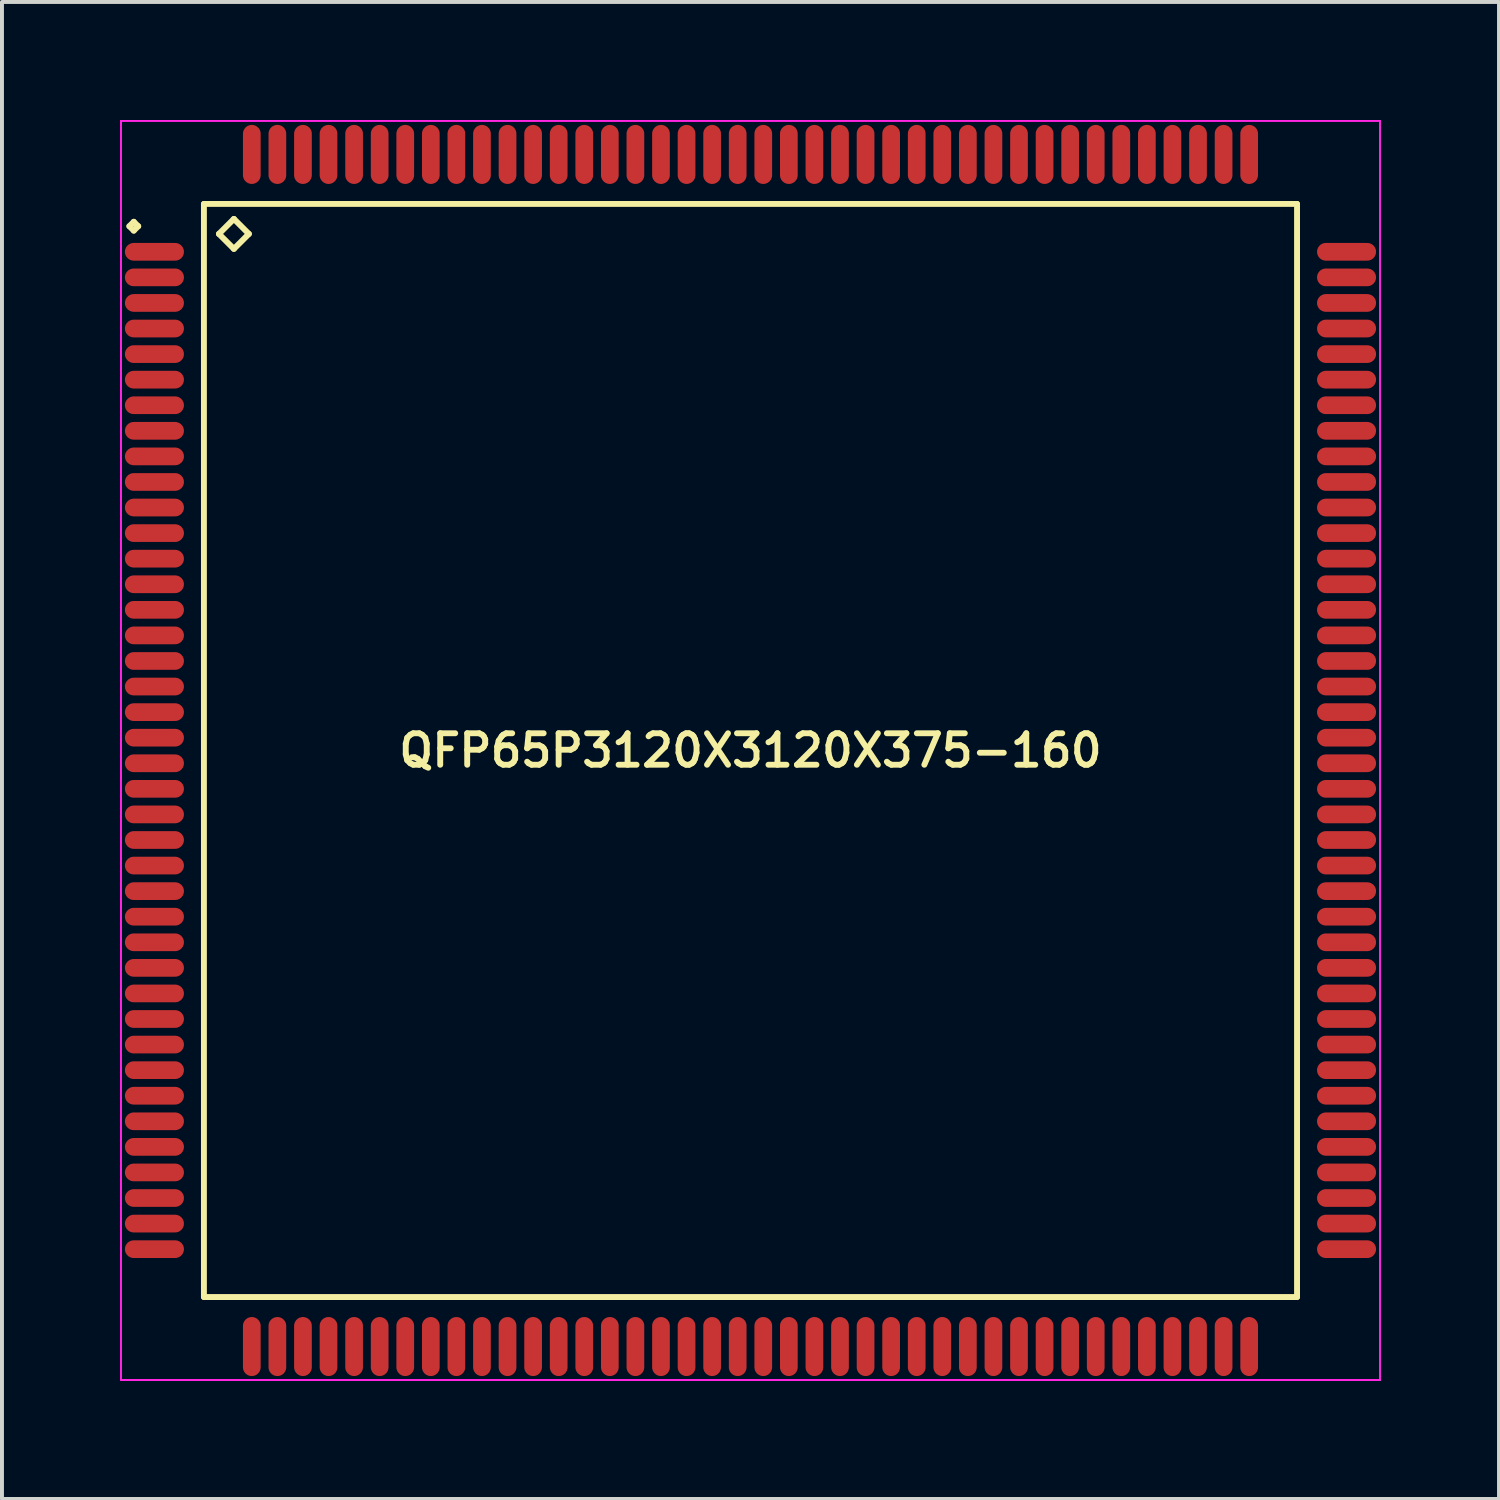
<source format=kicad_pcb>
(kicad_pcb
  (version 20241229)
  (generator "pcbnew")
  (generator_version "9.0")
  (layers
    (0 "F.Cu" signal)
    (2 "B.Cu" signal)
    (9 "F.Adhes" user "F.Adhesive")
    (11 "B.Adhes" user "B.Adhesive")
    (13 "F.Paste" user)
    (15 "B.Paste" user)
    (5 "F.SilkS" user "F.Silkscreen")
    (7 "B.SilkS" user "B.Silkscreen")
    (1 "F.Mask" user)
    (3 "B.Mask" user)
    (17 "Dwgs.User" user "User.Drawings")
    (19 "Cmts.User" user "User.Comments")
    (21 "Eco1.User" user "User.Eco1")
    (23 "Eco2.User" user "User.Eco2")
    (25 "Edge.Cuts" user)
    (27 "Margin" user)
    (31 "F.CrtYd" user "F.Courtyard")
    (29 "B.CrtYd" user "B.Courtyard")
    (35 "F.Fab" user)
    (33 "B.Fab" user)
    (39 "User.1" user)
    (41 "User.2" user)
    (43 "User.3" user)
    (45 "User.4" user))
  (footprint "QFP65P3120X3120X375-160"
    (layer "F.Cu")
    (at 16.025 16.025)
    (property "Reference" "QFP65P3120X3120X375-160" (at 0 0 0) (layer "F.SilkS") (effects (font (size 0.8 0.8) (thickness 0.15))))
    (attr smd)
    (fp_line (start -15.787 -13.325) (end -15.675 -13.438) (stroke (width 0.15) (type solid)) (layer "F.SilkS"))
    (fp_line (start -15.675 -13.438) (end -15.562 -13.325) (stroke (width 0.15) (type solid)) (layer "F.SilkS"))
    (fp_line (start -15.675 -13.213) (end -15.787 -13.325) (stroke (width 0.15) (type solid)) (layer "F.SilkS"))
    (fp_line (start -15.562 -13.325) (end -15.675 -13.213) (stroke (width 0.15) (type solid)) (layer "F.SilkS"))
    (fp_line (start -13.892 -13.892) (end -13.892 13.892) (stroke (width 0.15) (type solid)) (layer "F.SilkS"))
    (fp_line (start -13.892 13.892) (end 13.892 13.892) (stroke (width 0.15) (type solid)) (layer "F.SilkS"))
    (fp_line (start -13.511 -13.13) (end -13.13 -13.511) (stroke (width 0.15) (type solid)) (layer "F.SilkS"))
    (fp_line (start -13.13 -13.511) (end -12.749 -13.13) (stroke (width 0.15) (type solid)) (layer "F.SilkS"))
    (fp_line (start -13.13 -12.749) (end -13.511 -13.13) (stroke (width 0.15) (type solid)) (layer "F.SilkS"))
    (fp_line (start -12.749 -13.13) (end -13.13 -12.749) (stroke (width 0.15) (type solid)) (layer "F.SilkS"))
    (fp_line (start 13.892 -13.892) (end -13.892 -13.892) (stroke (width 0.15) (type solid)) (layer "F.SilkS"))
    (fp_line (start 13.892 13.892) (end 13.892 -13.892) (stroke (width 0.15) (type solid)) (layer "F.SilkS"))
    (fp_line (start -16 -16) (end 16 -16) (stroke (width 0.05) (type solid)) (layer "F.CrtYd"))
    (fp_line (start -16 16) (end -16 -16) (stroke (width 0.05) (type solid)) (layer "F.CrtYd"))
    (fp_line (start 16 -16) (end 16 16) (stroke (width 0.05) (type solid)) (layer "F.CrtYd"))
    (fp_line (start 16 16) (end -16 16) (stroke (width 0.05) (type solid)) (layer "F.CrtYd"))
    (pad "1" smd oval (at -15.15 -12.675) (size 1.5 0.45) (layers "F.Cu" "F.Mask" "F.Paste"))
    (pad "2" smd oval (at -15.15 -12.025) (size 1.5 0.45) (layers "F.Cu" "F.Mask" "F.Paste"))
    (pad "3" smd oval (at -15.15 -11.375) (size 1.5 0.45) (layers "F.Cu" "F.Mask" "F.Paste"))
    (pad "4" smd oval (at -15.15 -10.725) (size 1.5 0.45) (layers "F.Cu" "F.Mask" "F.Paste"))
    (pad "5" smd oval (at -15.15 -10.075) (size 1.5 0.45) (layers "F.Cu" "F.Mask" "F.Paste"))
    (pad "6" smd oval (at -15.15 -9.425) (size 1.5 0.45) (layers "F.Cu" "F.Mask" "F.Paste"))
    (pad "7" smd oval (at -15.15 -8.775) (size 1.5 0.45) (layers "F.Cu" "F.Mask" "F.Paste"))
    (pad "8" smd oval (at -15.15 -8.125) (size 1.5 0.45) (layers "F.Cu" "F.Mask" "F.Paste"))
    (pad "9" smd oval (at -15.15 -7.475) (size 1.5 0.45) (layers "F.Cu" "F.Mask" "F.Paste"))
    (pad "10" smd oval (at -15.15 -6.825) (size 1.5 0.45) (layers "F.Cu" "F.Mask" "F.Paste"))
    (pad "11" smd oval (at -15.15 -6.175) (size 1.5 0.45) (layers "F.Cu" "F.Mask" "F.Paste"))
    (pad "12" smd oval (at -15.15 -5.525) (size 1.5 0.45) (layers "F.Cu" "F.Mask" "F.Paste"))
    (pad "13" smd oval (at -15.15 -4.875) (size 1.5 0.45) (layers "F.Cu" "F.Mask" "F.Paste"))
    (pad "14" smd oval (at -15.15 -4.225) (size 1.5 0.45) (layers "F.Cu" "F.Mask" "F.Paste"))
    (pad "15" smd oval (at -15.15 -3.575) (size 1.5 0.45) (layers "F.Cu" "F.Mask" "F.Paste"))
    (pad "16" smd oval (at -15.15 -2.925) (size 1.5 0.45) (layers "F.Cu" "F.Mask" "F.Paste"))
    (pad "17" smd oval (at -15.15 -2.275) (size 1.5 0.45) (layers "F.Cu" "F.Mask" "F.Paste"))
    (pad "18" smd oval (at -15.15 -1.625) (size 1.5 0.45) (layers "F.Cu" "F.Mask" "F.Paste"))
    (pad "19" smd oval (at -15.15 -0.975) (size 1.5 0.45) (layers "F.Cu" "F.Mask" "F.Paste"))
    (pad "20" smd oval (at -15.15 -0.325) (size 1.5 0.45) (layers "F.Cu" "F.Mask" "F.Paste"))
    (pad "21" smd oval (at -15.15 0.325) (size 1.5 0.45) (layers "F.Cu" "F.Mask" "F.Paste"))
    (pad "22" smd oval (at -15.15 0.975) (size 1.5 0.45) (layers "F.Cu" "F.Mask" "F.Paste"))
    (pad "23" smd oval (at -15.15 1.625) (size 1.5 0.45) (layers "F.Cu" "F.Mask" "F.Paste"))
    (pad "24" smd oval (at -15.15 2.275) (size 1.5 0.45) (layers "F.Cu" "F.Mask" "F.Paste"))
    (pad "25" smd oval (at -15.15 2.925) (size 1.5 0.45) (layers "F.Cu" "F.Mask" "F.Paste"))
    (pad "26" smd oval (at -15.15 3.575) (size 1.5 0.45) (layers "F.Cu" "F.Mask" "F.Paste"))
    (pad "27" smd oval (at -15.15 4.225) (size 1.5 0.45) (layers "F.Cu" "F.Mask" "F.Paste"))
    (pad "28" smd oval (at -15.15 4.875) (size 1.5 0.45) (layers "F.Cu" "F.Mask" "F.Paste"))
    (pad "29" smd oval (at -15.15 5.525) (size 1.5 0.45) (layers "F.Cu" "F.Mask" "F.Paste"))
    (pad "30" smd oval (at -15.15 6.175) (size 1.5 0.45) (layers "F.Cu" "F.Mask" "F.Paste"))
    (pad "31" smd oval (at -15.15 6.825) (size 1.5 0.45) (layers "F.Cu" "F.Mask" "F.Paste"))
    (pad "32" smd oval (at -15.15 7.475) (size 1.5 0.45) (layers "F.Cu" "F.Mask" "F.Paste"))
    (pad "33" smd oval (at -15.15 8.125) (size 1.5 0.45) (layers "F.Cu" "F.Mask" "F.Paste"))
    (pad "34" smd oval (at -15.15 8.775) (size 1.5 0.45) (layers "F.Cu" "F.Mask" "F.Paste"))
    (pad "35" smd oval (at -15.15 9.425) (size 1.5 0.45) (layers "F.Cu" "F.Mask" "F.Paste"))
    (pad "36" smd oval (at -15.15 10.075) (size 1.5 0.45) (layers "F.Cu" "F.Mask" "F.Paste"))
    (pad "37" smd oval (at -15.15 10.725) (size 1.5 0.45) (layers "F.Cu" "F.Mask" "F.Paste"))
    (pad "38" smd oval (at -15.15 11.375) (size 1.5 0.45) (layers "F.Cu" "F.Mask" "F.Paste"))
    (pad "39" smd oval (at -15.15 12.025) (size 1.5 0.45) (layers "F.Cu" "F.Mask" "F.Paste"))
    (pad "40" smd oval (at -15.15 12.675) (size 1.5 0.45) (layers "F.Cu" "F.Mask" "F.Paste"))
    (pad "41" smd oval (at -12.675 15.15) (size 0.45 1.5) (layers "F.Cu" "F.Mask" "F.Paste"))
    (pad "42" smd oval (at -12.025 15.15) (size 0.45 1.5) (layers "F.Cu" "F.Mask" "F.Paste"))
    (pad "43" smd oval (at -11.375 15.15) (size 0.45 1.5) (layers "F.Cu" "F.Mask" "F.Paste"))
    (pad "44" smd oval (at -10.725 15.15) (size 0.45 1.5) (layers "F.Cu" "F.Mask" "F.Paste"))
    (pad "45" smd oval (at -10.075 15.15) (size 0.45 1.5) (layers "F.Cu" "F.Mask" "F.Paste"))
    (pad "46" smd oval (at -9.425 15.15) (size 0.45 1.5) (layers "F.Cu" "F.Mask" "F.Paste"))
    (pad "47" smd oval (at -8.775 15.15) (size 0.45 1.5) (layers "F.Cu" "F.Mask" "F.Paste"))
    (pad "48" smd oval (at -8.125 15.15) (size 0.45 1.5) (layers "F.Cu" "F.Mask" "F.Paste"))
    (pad "49" smd oval (at -7.475 15.15) (size 0.45 1.5) (layers "F.Cu" "F.Mask" "F.Paste"))
    (pad "50" smd oval (at -6.825 15.15) (size 0.45 1.5) (layers "F.Cu" "F.Mask" "F.Paste"))
    (pad "51" smd oval (at -6.175 15.15) (size 0.45 1.5) (layers "F.Cu" "F.Mask" "F.Paste"))
    (pad "52" smd oval (at -5.525 15.15) (size 0.45 1.5) (layers "F.Cu" "F.Mask" "F.Paste"))
    (pad "53" smd oval (at -4.875 15.15) (size 0.45 1.5) (layers "F.Cu" "F.Mask" "F.Paste"))
    (pad "54" smd oval (at -4.225 15.15) (size 0.45 1.5) (layers "F.Cu" "F.Mask" "F.Paste"))
    (pad "55" smd oval (at -3.575 15.15) (size 0.45 1.5) (layers "F.Cu" "F.Mask" "F.Paste"))
    (pad "56" smd oval (at -2.925 15.15) (size 0.45 1.5) (layers "F.Cu" "F.Mask" "F.Paste"))
    (pad "57" smd oval (at -2.275 15.15) (size 0.45 1.5) (layers "F.Cu" "F.Mask" "F.Paste"))
    (pad "58" smd oval (at -1.625 15.15) (size 0.45 1.5) (layers "F.Cu" "F.Mask" "F.Paste"))
    (pad "59" smd oval (at -0.975 15.15) (size 0.45 1.5) (layers "F.Cu" "F.Mask" "F.Paste"))
    (pad "60" smd oval (at -0.325 15.15) (size 0.45 1.5) (layers "F.Cu" "F.Mask" "F.Paste"))
    (pad "61" smd oval (at 0.325 15.15) (size 0.45 1.5) (layers "F.Cu" "F.Mask" "F.Paste"))
    (pad "62" smd oval (at 0.975 15.15) (size 0.45 1.5) (layers "F.Cu" "F.Mask" "F.Paste"))
    (pad "63" smd oval (at 1.625 15.15) (size 0.45 1.5) (layers "F.Cu" "F.Mask" "F.Paste"))
    (pad "64" smd oval (at 2.275 15.15) (size 0.45 1.5) (layers "F.Cu" "F.Mask" "F.Paste"))
    (pad "65" smd oval (at 2.925 15.15) (size 0.45 1.5) (layers "F.Cu" "F.Mask" "F.Paste"))
    (pad "66" smd oval (at 3.575 15.15) (size 0.45 1.5) (layers "F.Cu" "F.Mask" "F.Paste"))
    (pad "67" smd oval (at 4.225 15.15) (size 0.45 1.5) (layers "F.Cu" "F.Mask" "F.Paste"))
    (pad "68" smd oval (at 4.875 15.15) (size 0.45 1.5) (layers "F.Cu" "F.Mask" "F.Paste"))
    (pad "69" smd oval (at 5.525 15.15) (size 0.45 1.5) (layers "F.Cu" "F.Mask" "F.Paste"))
    (pad "70" smd oval (at 6.175 15.15) (size 0.45 1.5) (layers "F.Cu" "F.Mask" "F.Paste"))
    (pad "71" smd oval (at 6.825 15.15) (size 0.45 1.5) (layers "F.Cu" "F.Mask" "F.Paste"))
    (pad "72" smd oval (at 7.475 15.15) (size 0.45 1.5) (layers "F.Cu" "F.Mask" "F.Paste"))
    (pad "73" smd oval (at 8.125 15.15) (size 0.45 1.5) (layers "F.Cu" "F.Mask" "F.Paste"))
    (pad "74" smd oval (at 8.775 15.15) (size 0.45 1.5) (layers "F.Cu" "F.Mask" "F.Paste"))
    (pad "75" smd oval (at 9.425 15.15) (size 0.45 1.5) (layers "F.Cu" "F.Mask" "F.Paste"))
    (pad "76" smd oval (at 10.075 15.15) (size 0.45 1.5) (layers "F.Cu" "F.Mask" "F.Paste"))
    (pad "77" smd oval (at 10.725 15.15) (size 0.45 1.5) (layers "F.Cu" "F.Mask" "F.Paste"))
    (pad "78" smd oval (at 11.375 15.15) (size 0.45 1.5) (layers "F.Cu" "F.Mask" "F.Paste"))
    (pad "79" smd oval (at 12.025 15.15) (size 0.45 1.5) (layers "F.Cu" "F.Mask" "F.Paste"))
    (pad "80" smd oval (at 12.675 15.15) (size 0.45 1.5) (layers "F.Cu" "F.Mask" "F.Paste"))
    (pad "81" smd oval (at 15.15 12.675) (size 1.5 0.45) (layers "F.Cu" "F.Mask" "F.Paste"))
    (pad "82" smd oval (at 15.15 12.025) (size 1.5 0.45) (layers "F.Cu" "F.Mask" "F.Paste"))
    (pad "83" smd oval (at 15.15 11.375) (size 1.5 0.45) (layers "F.Cu" "F.Mask" "F.Paste"))
    (pad "84" smd oval (at 15.15 10.725) (size 1.5 0.45) (layers "F.Cu" "F.Mask" "F.Paste"))
    (pad "85" smd oval (at 15.15 10.075) (size 1.5 0.45) (layers "F.Cu" "F.Mask" "F.Paste"))
    (pad "86" smd oval (at 15.15 9.425) (size 1.5 0.45) (layers "F.Cu" "F.Mask" "F.Paste"))
    (pad "87" smd oval (at 15.15 8.775) (size 1.5 0.45) (layers "F.Cu" "F.Mask" "F.Paste"))
    (pad "88" smd oval (at 15.15 8.125) (size 1.5 0.45) (layers "F.Cu" "F.Mask" "F.Paste"))
    (pad "89" smd oval (at 15.15 7.475) (size 1.5 0.45) (layers "F.Cu" "F.Mask" "F.Paste"))
    (pad "90" smd oval (at 15.15 6.825) (size 1.5 0.45) (layers "F.Cu" "F.Mask" "F.Paste"))
    (pad "91" smd oval (at 15.15 6.175) (size 1.5 0.45) (layers "F.Cu" "F.Mask" "F.Paste"))
    (pad "92" smd oval (at 15.15 5.525) (size 1.5 0.45) (layers "F.Cu" "F.Mask" "F.Paste"))
    (pad "93" smd oval (at 15.15 4.875) (size 1.5 0.45) (layers "F.Cu" "F.Mask" "F.Paste"))
    (pad "94" smd oval (at 15.15 4.225) (size 1.5 0.45) (layers "F.Cu" "F.Mask" "F.Paste"))
    (pad "95" smd oval (at 15.15 3.575) (size 1.5 0.45) (layers "F.Cu" "F.Mask" "F.Paste"))
    (pad "96" smd oval (at 15.15 2.925) (size 1.5 0.45) (layers "F.Cu" "F.Mask" "F.Paste"))
    (pad "97" smd oval (at 15.15 2.275) (size 1.5 0.45) (layers "F.Cu" "F.Mask" "F.Paste"))
    (pad "98" smd oval (at 15.15 1.625) (size 1.5 0.45) (layers "F.Cu" "F.Mask" "F.Paste"))
    (pad "99" smd oval (at 15.15 0.975) (size 1.5 0.45) (layers "F.Cu" "F.Mask" "F.Paste"))
    (pad "100" smd oval (at 15.15 0.325) (size 1.5 0.45) (layers "F.Cu" "F.Mask" "F.Paste"))
    (pad "101" smd oval (at 15.15 -0.325) (size 1.5 0.45) (layers "F.Cu" "F.Mask" "F.Paste"))
    (pad "102" smd oval (at 15.15 -0.975) (size 1.5 0.45) (layers "F.Cu" "F.Mask" "F.Paste"))
    (pad "103" smd oval (at 15.15 -1.625) (size 1.5 0.45) (layers "F.Cu" "F.Mask" "F.Paste"))
    (pad "104" smd oval (at 15.15 -2.275) (size 1.5 0.45) (layers "F.Cu" "F.Mask" "F.Paste"))
    (pad "105" smd oval (at 15.15 -2.925) (size 1.5 0.45) (layers "F.Cu" "F.Mask" "F.Paste"))
    (pad "106" smd oval (at 15.15 -3.575) (size 1.5 0.45) (layers "F.Cu" "F.Mask" "F.Paste"))
    (pad "107" smd oval (at 15.15 -4.225) (size 1.5 0.45) (layers "F.Cu" "F.Mask" "F.Paste"))
    (pad "108" smd oval (at 15.15 -4.875) (size 1.5 0.45) (layers "F.Cu" "F.Mask" "F.Paste"))
    (pad "109" smd oval (at 15.15 -5.525) (size 1.5 0.45) (layers "F.Cu" "F.Mask" "F.Paste"))
    (pad "110" smd oval (at 15.15 -6.175) (size 1.5 0.45) (layers "F.Cu" "F.Mask" "F.Paste"))
    (pad "111" smd oval (at 15.15 -6.825) (size 1.5 0.45) (layers "F.Cu" "F.Mask" "F.Paste"))
    (pad "112" smd oval (at 15.15 -7.475) (size 1.5 0.45) (layers "F.Cu" "F.Mask" "F.Paste"))
    (pad "113" smd oval (at 15.15 -8.125) (size 1.5 0.45) (layers "F.Cu" "F.Mask" "F.Paste"))
    (pad "114" smd oval (at 15.15 -8.775) (size 1.5 0.45) (layers "F.Cu" "F.Mask" "F.Paste"))
    (pad "115" smd oval (at 15.15 -9.425) (size 1.5 0.45) (layers "F.Cu" "F.Mask" "F.Paste"))
    (pad "116" smd oval (at 15.15 -10.075) (size 1.5 0.45) (layers "F.Cu" "F.Mask" "F.Paste"))
    (pad "117" smd oval (at 15.15 -10.725) (size 1.5 0.45) (layers "F.Cu" "F.Mask" "F.Paste"))
    (pad "118" smd oval (at 15.15 -11.375) (size 1.5 0.45) (layers "F.Cu" "F.Mask" "F.Paste"))
    (pad "119" smd oval (at 15.15 -12.025) (size 1.5 0.45) (layers "F.Cu" "F.Mask" "F.Paste"))
    (pad "120" smd oval (at 15.15 -12.675) (size 1.5 0.45) (layers "F.Cu" "F.Mask" "F.Paste"))
    (pad "121" smd oval (at 12.675 -15.15) (size 0.45 1.5) (layers "F.Cu" "F.Mask" "F.Paste"))
    (pad "122" smd oval (at 12.025 -15.15) (size 0.45 1.5) (layers "F.Cu" "F.Mask" "F.Paste"))
    (pad "123" smd oval (at 11.375 -15.15) (size 0.45 1.5) (layers "F.Cu" "F.Mask" "F.Paste"))
    (pad "124" smd oval (at 10.725 -15.15) (size 0.45 1.5) (layers "F.Cu" "F.Mask" "F.Paste"))
    (pad "125" smd oval (at 10.075 -15.15) (size 0.45 1.5) (layers "F.Cu" "F.Mask" "F.Paste"))
    (pad "126" smd oval (at 9.425 -15.15) (size 0.45 1.5) (layers "F.Cu" "F.Mask" "F.Paste"))
    (pad "127" smd oval (at 8.775 -15.15) (size 0.45 1.5) (layers "F.Cu" "F.Mask" "F.Paste"))
    (pad "128" smd oval (at 8.125 -15.15) (size 0.45 1.5) (layers "F.Cu" "F.Mask" "F.Paste"))
    (pad "129" smd oval (at 7.475 -15.15) (size 0.45 1.5) (layers "F.Cu" "F.Mask" "F.Paste"))
    (pad "130" smd oval (at 6.825 -15.15) (size 0.45 1.5) (layers "F.Cu" "F.Mask" "F.Paste"))
    (pad "131" smd oval (at 6.175 -15.15) (size 0.45 1.5) (layers "F.Cu" "F.Mask" "F.Paste"))
    (pad "132" smd oval (at 5.525 -15.15) (size 0.45 1.5) (layers "F.Cu" "F.Mask" "F.Paste"))
    (pad "133" smd oval (at 4.875 -15.15) (size 0.45 1.5) (layers "F.Cu" "F.Mask" "F.Paste"))
    (pad "134" smd oval (at 4.225 -15.15) (size 0.45 1.5) (layers "F.Cu" "F.Mask" "F.Paste"))
    (pad "135" smd oval (at 3.575 -15.15) (size 0.45 1.5) (layers "F.Cu" "F.Mask" "F.Paste"))
    (pad "136" smd oval (at 2.925 -15.15) (size 0.45 1.5) (layers "F.Cu" "F.Mask" "F.Paste"))
    (pad "137" smd oval (at 2.275 -15.15) (size 0.45 1.5) (layers "F.Cu" "F.Mask" "F.Paste"))
    (pad "138" smd oval (at 1.625 -15.15) (size 0.45 1.5) (layers "F.Cu" "F.Mask" "F.Paste"))
    (pad "139" smd oval (at 0.975 -15.15) (size 0.45 1.5) (layers "F.Cu" "F.Mask" "F.Paste"))
    (pad "140" smd oval (at 0.325 -15.15) (size 0.45 1.5) (layers "F.Cu" "F.Mask" "F.Paste"))
    (pad "141" smd oval (at -0.325 -15.15) (size 0.45 1.5) (layers "F.Cu" "F.Mask" "F.Paste"))
    (pad "142" smd oval (at -0.975 -15.15) (size 0.45 1.5) (layers "F.Cu" "F.Mask" "F.Paste"))
    (pad "143" smd oval (at -1.625 -15.15) (size 0.45 1.5) (layers "F.Cu" "F.Mask" "F.Paste"))
    (pad "144" smd oval (at -2.275 -15.15) (size 0.45 1.5) (layers "F.Cu" "F.Mask" "F.Paste"))
    (pad "145" smd oval (at -2.925 -15.15) (size 0.45 1.5) (layers "F.Cu" "F.Mask" "F.Paste"))
    (pad "146" smd oval (at -3.575 -15.15) (size 0.45 1.5) (layers "F.Cu" "F.Mask" "F.Paste"))
    (pad "147" smd oval (at -4.225 -15.15) (size 0.45 1.5) (layers "F.Cu" "F.Mask" "F.Paste"))
    (pad "148" smd oval (at -4.875 -15.15) (size 0.45 1.5) (layers "F.Cu" "F.Mask" "F.Paste"))
    (pad "149" smd oval (at -5.525 -15.15) (size 0.45 1.5) (layers "F.Cu" "F.Mask" "F.Paste"))
    (pad "150" smd oval (at -6.175 -15.15) (size 0.45 1.5) (layers "F.Cu" "F.Mask" "F.Paste"))
    (pad "151" smd oval (at -6.825 -15.15) (size 0.45 1.5) (layers "F.Cu" "F.Mask" "F.Paste"))
    (pad "152" smd oval (at -7.475 -15.15) (size 0.45 1.5) (layers "F.Cu" "F.Mask" "F.Paste"))
    (pad "153" smd oval (at -8.125 -15.15) (size 0.45 1.5) (layers "F.Cu" "F.Mask" "F.Paste"))
    (pad "154" smd oval (at -8.775 -15.15) (size 0.45 1.5) (layers "F.Cu" "F.Mask" "F.Paste"))
    (pad "155" smd oval (at -9.425 -15.15) (size 0.45 1.5) (layers "F.Cu" "F.Mask" "F.Paste"))
    (pad "156" smd oval (at -10.075 -15.15) (size 0.45 1.5) (layers "F.Cu" "F.Mask" "F.Paste"))
    (pad "157" smd oval (at -10.725 -15.15) (size 0.45 1.5) (layers "F.Cu" "F.Mask" "F.Paste"))
    (pad "158" smd oval (at -11.375 -15.15) (size 0.45 1.5) (layers "F.Cu" "F.Mask" "F.Paste"))
    (pad "159" smd oval (at -12.025 -15.15) (size 0.45 1.5) (layers "F.Cu" "F.Mask" "F.Paste"))
    (pad "160" smd oval (at -12.675 -15.15) (size 0.45 1.5) (layers "F.Cu" "F.Mask" "F.Paste")))
  (gr_rect
    (start -3 -3)
    (end 35.05 35.05)
    (stroke (width 0.1) (type default))
    (fill no)
    (layer "Edge.Cuts")))
</source>
